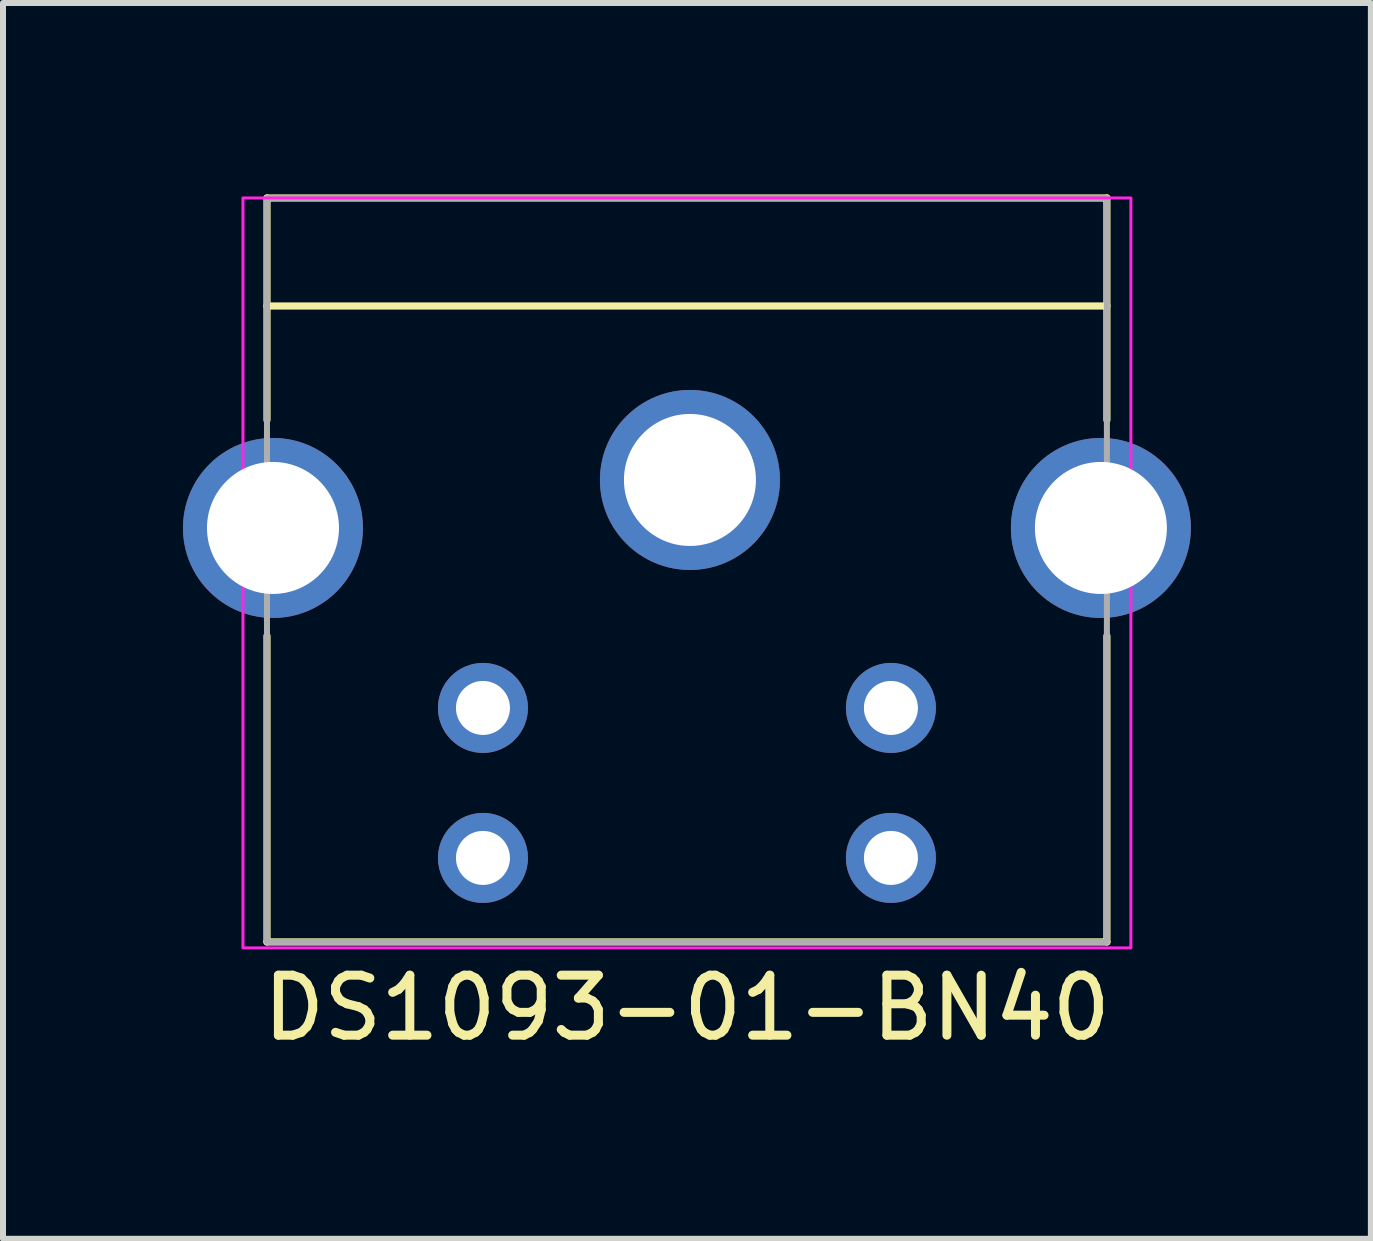
<source format=kicad_pcb>
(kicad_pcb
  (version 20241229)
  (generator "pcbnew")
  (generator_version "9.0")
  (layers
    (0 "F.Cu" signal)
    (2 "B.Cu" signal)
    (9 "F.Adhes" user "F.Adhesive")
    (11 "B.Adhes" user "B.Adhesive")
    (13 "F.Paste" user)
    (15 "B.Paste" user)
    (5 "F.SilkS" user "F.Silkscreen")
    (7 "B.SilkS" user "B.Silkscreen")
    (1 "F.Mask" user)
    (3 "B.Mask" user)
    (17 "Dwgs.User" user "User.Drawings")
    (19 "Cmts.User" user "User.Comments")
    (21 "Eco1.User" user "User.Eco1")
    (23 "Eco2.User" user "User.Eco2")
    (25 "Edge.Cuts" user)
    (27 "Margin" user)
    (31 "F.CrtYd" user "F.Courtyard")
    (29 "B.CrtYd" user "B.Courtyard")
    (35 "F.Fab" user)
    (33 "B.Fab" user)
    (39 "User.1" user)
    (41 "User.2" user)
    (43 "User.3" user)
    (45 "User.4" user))
  (footprint "DS1093-01-BN40"
    (layer "F.Cu")
    (at 8.4 0.25)
    (property "Reference" "DS1093-01-BN40" (at 0 13.5 0) (layer "F.SilkS") (effects (font (size 1 1) (thickness 0.15))))
    (attr through_hole)
    (fp_line (start -7 0) (end -7 3.7) (stroke (width 0.12) (type solid)) (layer "F.SilkS"))
    (fp_line (start -7 1.8) (end 7 1.8) (stroke (width 0.12) (type solid)) (layer "F.SilkS"))
    (fp_line (start -7 12.4) (end -7 7.3) (stroke (width 0.12) (type solid)) (layer "F.SilkS"))
    (fp_line (start -7 12.4) (end 7 12.4) (stroke (width 0.12) (type solid)) (layer "F.SilkS"))
    (fp_line (start 7 0) (end -7 0) (stroke (width 0.12) (type solid)) (layer "F.SilkS"))
    (fp_line (start 7 0) (end 7 3.7) (stroke (width 0.12) (type solid)) (layer "F.SilkS"))
    (fp_line (start 7 12.4) (end 7 7.3) (stroke (width 0.12) (type solid)) (layer "F.SilkS"))
    (fp_rect (start -7.4 0) (end 7.4 12.5) (stroke (width 0.05) (type solid)) (fill no) (layer "F.CrtYd"))
    (fp_rect (start -7 0) (end 7 12.4) (stroke (width 0.1) (type solid)) (fill no) (layer "F.Fab"))
    (pad "1" thru_hole circle (at -3.4 8.5) (size 1.5 1.5) (drill 0.9) (layers "*.Cu" "*.Mask"))
    (pad "2" thru_hole circle (at 3.4 8.5) (size 1.5 1.5) (drill 0.9) (layers "*.Cu" "*.Mask"))
    (pad "3" thru_hole circle (at -3.4 11) (size 1.5 1.5) (drill 0.9) (layers "*.Cu" "*.Mask"))
    (pad "4" thru_hole circle (at 3.4 11) (size 1.5 1.5) (drill 0.9) (layers "*.Cu" "*.Mask"))
    (pad "SH" thru_hole circle (at -6.9 5.5) (size 3 3) (drill 2.2) (layers "*.Cu" "*.Mask"))
    (pad "SH" thru_hole circle (at 0.05 4.7) (size 3 3) (drill 2.2) (layers "*.Cu" "*.Mask"))
    (pad "SH" thru_hole circle (at 6.9 5.5) (size 3 3) (drill 2.2) (layers "*.Cu" "*.Mask")))
  (gr_rect
    (start -3 -3)
    (end 19.8 17.598)
    (stroke (width 0.1) (type default))
    (fill no)
    (layer "Edge.Cuts")))
</source>
